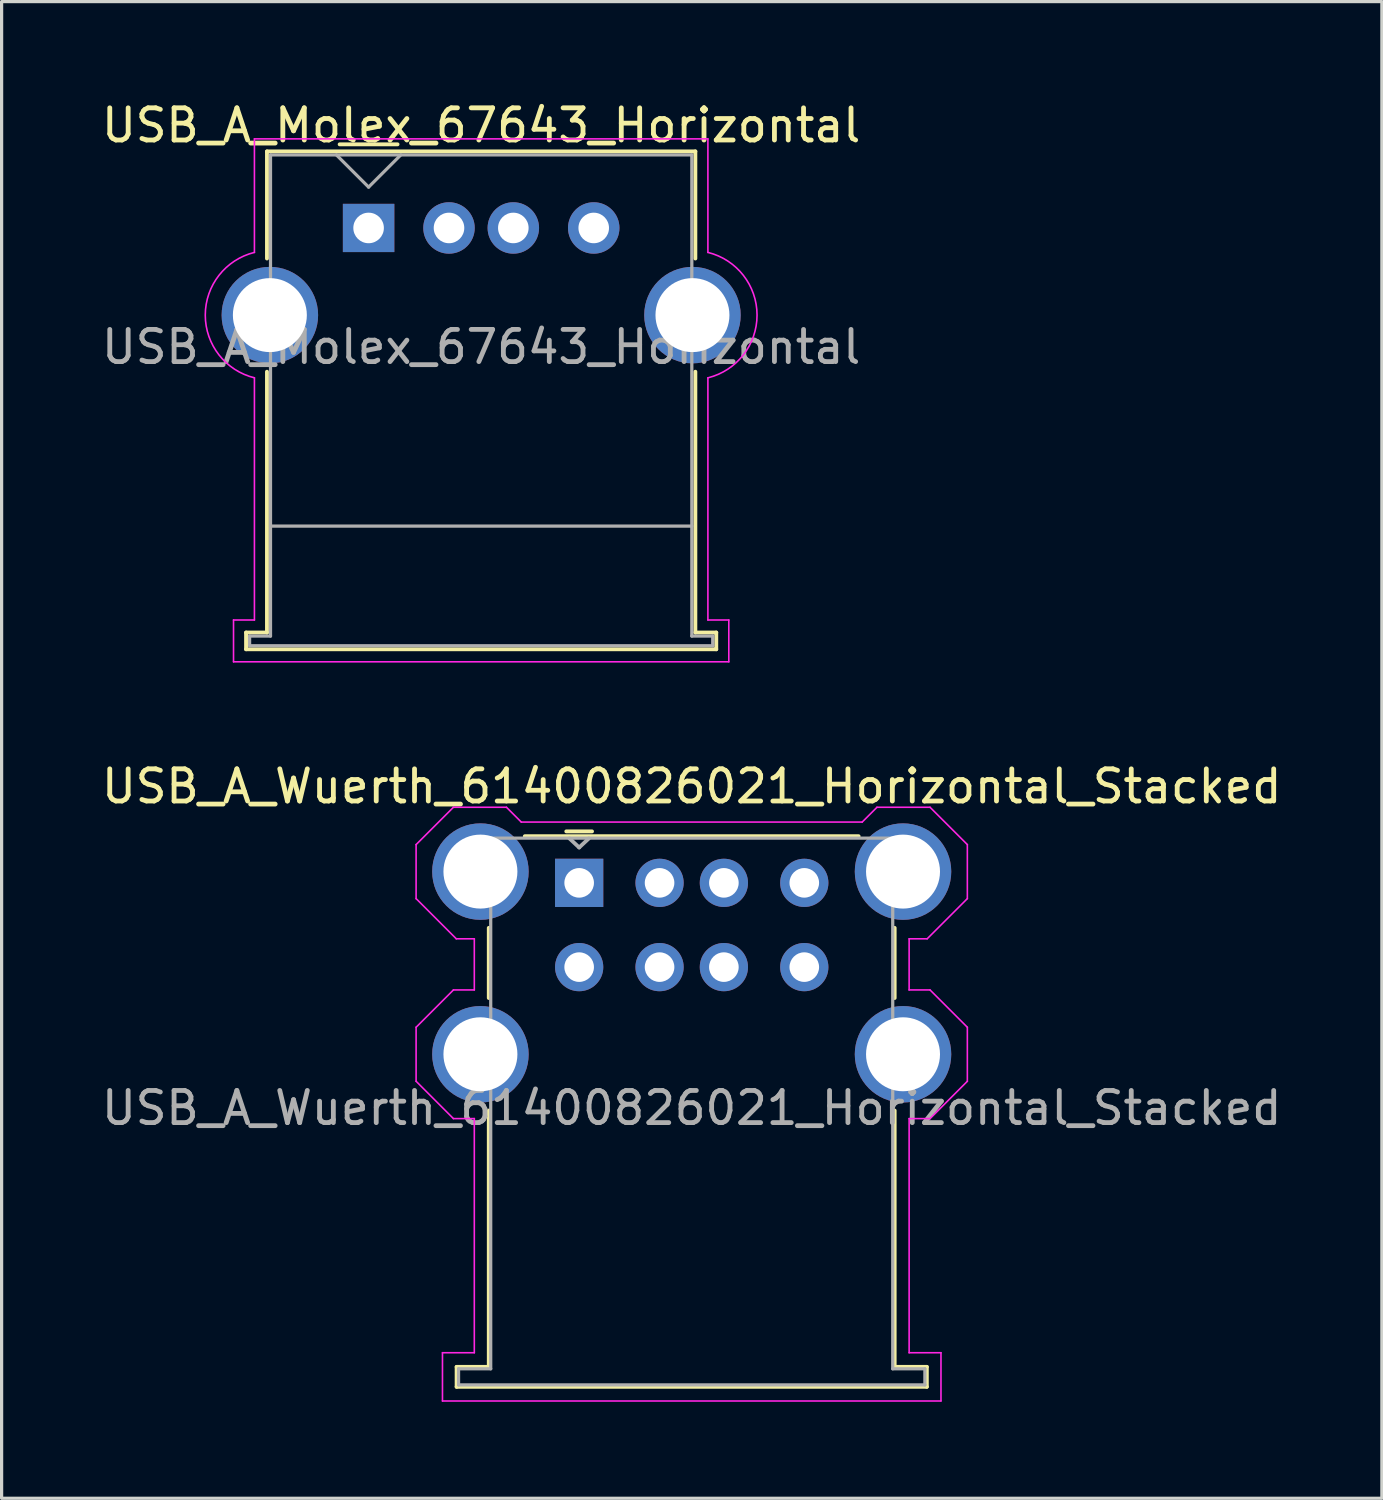
<source format=kicad_pcb>
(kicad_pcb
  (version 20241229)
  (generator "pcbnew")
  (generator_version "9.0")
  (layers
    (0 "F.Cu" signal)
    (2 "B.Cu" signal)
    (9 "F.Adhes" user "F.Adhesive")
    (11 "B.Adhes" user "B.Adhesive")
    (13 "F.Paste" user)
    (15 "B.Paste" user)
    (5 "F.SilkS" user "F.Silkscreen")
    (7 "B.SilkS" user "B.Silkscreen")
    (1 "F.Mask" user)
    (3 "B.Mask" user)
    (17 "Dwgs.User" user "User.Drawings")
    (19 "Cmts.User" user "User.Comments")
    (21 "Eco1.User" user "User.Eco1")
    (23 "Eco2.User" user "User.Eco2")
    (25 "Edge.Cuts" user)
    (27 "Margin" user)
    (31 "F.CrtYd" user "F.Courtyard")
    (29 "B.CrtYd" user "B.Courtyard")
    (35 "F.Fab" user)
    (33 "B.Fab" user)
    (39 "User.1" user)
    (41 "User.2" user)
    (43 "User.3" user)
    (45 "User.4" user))
  (footprint "USB_A_Wuerth_61400826021_Horizontal_Stacked"
    (layer "F.Cu")
    (at 14.958 24.401)
    (property "Reference" "USB_A_Wuerth_61400826021_Horizontal_Stacked" (at 3.5 -3 0) (layer "F.SilkS") (effects (font (size 1 1) (thickness 0.15))))
    (attr through_hole)
    (fp_line (start -3.81 15.05) (end -2.81 15.05) (stroke (width 0.12) (type solid)) (layer "F.SilkS"))
    (fp_line (start -3.81 15.67) (end -3.81 15.05) (stroke (width 0.12) (type solid)) (layer "F.SilkS"))
    (fp_line (start -2.81 3.58) (end -2.81 1.4) (stroke (width 0.12) (type solid)) (layer "F.SilkS"))
    (fp_line (start -2.81 15.05) (end -2.81 7.08) (stroke (width 0.12) (type solid)) (layer "F.SilkS"))
    (fp_line (start -1.69 -1.45) (end 8.69 -1.45) (stroke (width 0.12) (type solid)) (layer "F.SilkS"))
    (fp_line (start 0.4 -1.6) (end -0.4 -1.6) (stroke (width 0.12) (type solid)) (layer "F.SilkS"))
    (fp_line (start 9.81 3.58) (end 9.81 1.4) (stroke (width 0.12) (type solid)) (layer "F.SilkS"))
    (fp_line (start 9.81 7.08) (end 9.81 15.05) (stroke (width 0.12) (type solid)) (layer "F.SilkS"))
    (fp_line (start 9.81 15.05) (end 10.81 15.05) (stroke (width 0.12) (type solid)) (layer "F.SilkS"))
    (fp_line (start 10.81 15.05) (end 10.81 15.67) (stroke (width 0.12) (type solid)) (layer "F.SilkS"))
    (fp_line (start 10.81 15.67) (end -3.81 15.67) (stroke (width 0.12) (type solid)) (layer "F.SilkS"))
    (fp_line (start -5.07 -1.19) (end -5.07 0.49) (stroke (width 0.05) (type solid)) (layer "F.CrtYd"))
    (fp_line (start -5.07 0.49) (end -3.82 1.74) (stroke (width 0.05) (type solid)) (layer "F.CrtYd"))
    (fp_line (start -5.07 4.49) (end -5.07 6.17) (stroke (width 0.05) (type solid)) (layer "F.CrtYd"))
    (fp_line (start -5.07 6.17) (end -3.91 7.33) (stroke (width 0.05) (type solid)) (layer "F.CrtYd"))
    (fp_line (start -4.25 14.61) (end -4.25 16.11) (stroke (width 0.05) (type solid)) (layer "F.CrtYd"))
    (fp_line (start -4.25 16.11) (end 11.25 16.11) (stroke (width 0.05) (type solid)) (layer "F.CrtYd"))
    (fp_line (start -3.91 -2.35) (end -5.07 -1.19) (stroke (width 0.05) (type solid)) (layer "F.CrtYd"))
    (fp_line (start -3.91 3.33) (end -5.07 4.49) (stroke (width 0.05) (type solid)) (layer "F.CrtYd"))
    (fp_line (start -3.91 3.33) (end -3.26 3.33) (stroke (width 0.05) (type solid)) (layer "F.CrtYd"))
    (fp_line (start -3.82 1.74) (end -3.26 1.74) (stroke (width 0.05) (type solid)) (layer "F.CrtYd"))
    (fp_line (start -3.26 1.74) (end -3.26 3.33) (stroke (width 0.05) (type solid)) (layer "F.CrtYd"))
    (fp_line (start -3.26 7.33) (end -3.91 7.33) (stroke (width 0.05) (type solid)) (layer "F.CrtYd"))
    (fp_line (start -3.26 7.33) (end -3.26 14.61) (stroke (width 0.05) (type solid)) (layer "F.CrtYd"))
    (fp_line (start -3.26 14.61) (end -4.25 14.61) (stroke (width 0.05) (type solid)) (layer "F.CrtYd"))
    (fp_line (start -2.26 -2.35) (end -3.91 -2.35) (stroke (width 0.05) (type solid)) (layer "F.CrtYd"))
    (fp_line (start -2.26 -2.35) (end -1.8 -1.89) (stroke (width 0.05) (type solid)) (layer "F.CrtYd"))
    (fp_line (start 8.8 -1.89) (end -1.8 -1.89) (stroke (width 0.05) (type solid)) (layer "F.CrtYd"))
    (fp_line (start 9.26 -2.35) (end 8.8 -1.89) (stroke (width 0.05) (type solid)) (layer "F.CrtYd"))
    (fp_line (start 10.26 1.74) (end 10.26 3.33) (stroke (width 0.05) (type solid)) (layer "F.CrtYd"))
    (fp_line (start 10.26 1.74) (end 10.82 1.74) (stroke (width 0.05) (type solid)) (layer "F.CrtYd"))
    (fp_line (start 10.26 3.33) (end 10.91 3.33) (stroke (width 0.05) (type solid)) (layer "F.CrtYd"))
    (fp_line (start 10.26 7.33) (end 10.26 14.61) (stroke (width 0.05) (type solid)) (layer "F.CrtYd"))
    (fp_line (start 10.26 7.33) (end 10.91 7.33) (stroke (width 0.05) (type solid)) (layer "F.CrtYd"))
    (fp_line (start 10.26 14.61) (end 11.25 14.61) (stroke (width 0.05) (type solid)) (layer "F.CrtYd"))
    (fp_line (start 10.91 -2.35) (end 9.26 -2.35) (stroke (width 0.05) (type solid)) (layer "F.CrtYd"))
    (fp_line (start 10.91 -2.35) (end 12.07 -1.19) (stroke (width 0.05) (type solid)) (layer "F.CrtYd"))
    (fp_line (start 10.91 3.33) (end 12.07 4.49) (stroke (width 0.05) (type solid)) (layer "F.CrtYd"))
    (fp_line (start 11.25 14.61) (end 11.25 16.11) (stroke (width 0.05) (type solid)) (layer "F.CrtYd"))
    (fp_line (start 12.07 -1.19) (end 12.07 0.49) (stroke (width 0.05) (type solid)) (layer "F.CrtYd"))
    (fp_line (start 12.07 0.49) (end 10.82 1.74) (stroke (width 0.05) (type solid)) (layer "F.CrtYd"))
    (fp_line (start 12.07 4.49) (end 12.07 6.17) (stroke (width 0.05) (type solid)) (layer "F.CrtYd"))
    (fp_line (start 12.07 6.17) (end 10.91 7.33) (stroke (width 0.05) (type solid)) (layer "F.CrtYd"))
    (fp_line (start -3.75 15.11) (end -3.75 15.61) (stroke (width 0.1) (type solid)) (layer "F.Fab"))
    (fp_line (start -2.75 -1.39) (end -2.75 15.11) (stroke (width 0.1) (type solid)) (layer "F.Fab"))
    (fp_line (start -2.75 15.11) (end -3.75 15.11) (stroke (width 0.1) (type solid)) (layer "F.Fab"))
    (fp_line (start 0 -1.1) (end -0.3 -1.38) (stroke (width 0.12) (type solid)) (layer "F.Fab"))
    (fp_line (start 0 -1.1) (end 0.3 -1.38) (stroke (width 0.12) (type solid)) (layer "F.Fab"))
    (fp_line (start 9.75 -1.39) (end -2.75 -1.39) (stroke (width 0.1) (type solid)) (layer "F.Fab"))
    (fp_line (start 9.75 -1.39) (end 9.75 15.11) (stroke (width 0.1) (type solid)) (layer "F.Fab"))
    (fp_line (start 9.75 15.11) (end 10.75 15.11) (stroke (width 0.1) (type solid)) (layer "F.Fab"))
    (fp_line (start 10.75 15.11) (end 10.75 15.61) (stroke (width 0.1) (type solid)) (layer "F.Fab"))
    (fp_line (start 10.75 15.61) (end -3.75 15.61) (stroke (width 0.1) (type solid)) (layer "F.Fab"))
    (fp_text user "${REFERENCE}" (at 3.5 7 0) (layer "F.Fab") (effects (font (size 1 1) (thickness 0.15))))
    (pad "1" thru_hole rect (at 0 0) (size 1.5 1.5) (drill 0.92) (layers "*.Cu" "*.Mask"))
    (pad "2" thru_hole circle (at 2.5 0) (size 1.5 1.5) (drill 0.92) (layers "*.Cu" "*.Mask"))
    (pad "3" thru_hole circle (at 4.5 0) (size 1.5 1.5) (drill 0.92) (layers "*.Cu" "*.Mask"))
    (pad "4" thru_hole circle (at 7 0) (size 1.5 1.5) (drill 0.92) (layers "*.Cu" "*.Mask"))
    (pad "5" thru_hole circle (at 0 2.62) (size 1.5 1.5) (drill 0.92) (layers "*.Cu" "*.Mask"))
    (pad "6" thru_hole circle (at 2.5 2.62) (size 1.5 1.5) (drill 0.92) (layers "*.Cu" "*.Mask"))
    (pad "7" thru_hole circle (at 4.5 2.62) (size 1.5 1.5) (drill 0.92) (layers "*.Cu" "*.Mask"))
    (pad "8" thru_hole circle (at 7 2.62) (size 1.5 1.5) (drill 0.92) (layers "*.Cu" "*.Mask"))
    (pad "9" thru_hole circle (at -3.07 -0.35) (size 3 3) (drill 2.3) (layers "*.Cu" "*.Mask"))
    (pad "9" thru_hole circle (at -3.07 5.33) (size 3 3) (drill 2.3) (layers "*.Cu" "*.Mask"))
    (pad "9" thru_hole circle (at 10.07 -0.35) (size 3 3) (drill 2.3) (layers "*.Cu" "*.Mask"))
    (pad "9" thru_hole circle (at 10.07 5.33) (size 3 3) (drill 2.3) (layers "*.Cu" "*.Mask")))
  (footprint "USB_A_Molex_67643_Horizontal"
    (layer "F.Cu")
    (at 8.411 4.038)
    (property "Reference" "USB_A_Molex_67643_Horizontal" (at 3.5 -3.19 0) (layer "F.SilkS") (effects (font (size 1 1) (thickness 0.15))))
    (attr through_hole)
    (fp_line (start -3.81 12.58) (end -3.81 13.1) (stroke (width 0.12) (type solid)) (layer "F.SilkS"))
    (fp_line (start -3.81 13.1) (end 10.81 13.1) (stroke (width 0.12) (type solid)) (layer "F.SilkS"))
    (fp_line (start -3.16 -2.38) (end -3.16 0.95) (stroke (width 0.12) (type solid)) (layer "F.SilkS"))
    (fp_line (start -3.16 -2.38) (end 10.16 -2.38) (stroke (width 0.12) (type solid)) (layer "F.SilkS"))
    (fp_line (start -3.16 12.58) (end -3.81 12.58) (stroke (width 0.12) (type solid)) (layer "F.SilkS"))
    (fp_line (start -3.16 12.58) (end -3.16 4.47) (stroke (width 0.12) (type solid)) (layer "F.SilkS"))
    (fp_line (start -0.9 -2.6) (end 0.9 -2.6) (stroke (width 0.12) (type solid)) (layer "F.SilkS"))
    (fp_line (start 10.16 -2.38) (end 10.16 0.95) (stroke (width 0.12) (type solid)) (layer "F.SilkS"))
    (fp_line (start 10.16 4.47) (end 10.16 12.58) (stroke (width 0.12) (type solid)) (layer "F.SilkS"))
    (fp_line (start 10.81 12.58) (end 10.16 12.58) (stroke (width 0.12) (type solid)) (layer "F.SilkS"))
    (fp_line (start 10.81 13.1) (end 10.81 12.58) (stroke (width 0.12) (type solid)) (layer "F.SilkS"))
    (fp_line (start -4.2 12.19) (end -3.55 12.19) (stroke (width 0.05) (type solid)) (layer "F.CrtYd"))
    (fp_line (start -4.2 13.49) (end -4.2 12.19) (stroke (width 0.05) (type solid)) (layer "F.CrtYd"))
    (fp_line (start -4.2 13.49) (end 11.2 13.49) (stroke (width 0.05) (type solid)) (layer "F.CrtYd"))
    (fp_line (start -3.55 -2.77) (end -3.55 0.76) (stroke (width 0.05) (type solid)) (layer "F.CrtYd"))
    (fp_line (start -3.55 -2.77) (end 10.55 -2.77) (stroke (width 0.05) (type solid)) (layer "F.CrtYd"))
    (fp_line (start -3.55 12.19) (end -3.55 4.66) (stroke (width 0.05) (type solid)) (layer "F.CrtYd"))
    (fp_line (start 10.55 -2.77) (end 10.55 0.76) (stroke (width 0.05) (type solid)) (layer "F.CrtYd"))
    (fp_line (start 10.55 12.19) (end 10.55 4.66) (stroke (width 0.05) (type solid)) (layer "F.CrtYd"))
    (fp_line (start 11.2 12.19) (end 10.55 12.19) (stroke (width 0.05) (type solid)) (layer "F.CrtYd"))
    (fp_line (start 11.2 13.49) (end 11.2 12.19) (stroke (width 0.05) (type solid)) (layer "F.CrtYd"))
    (fp_arc (start -3.55 4.66) (mid -5.078208 2.71) (end -3.55 0.76) (stroke (width 0.05) (type solid)) (layer "F.CrtYd"))
    (fp_arc (start 10.55 0.76) (mid 12.078208 2.71) (end 10.55 4.66) (stroke (width 0.05) (type solid)) (layer "F.CrtYd"))
    (fp_line (start -3.7 12.69) (end -3.7 12.99) (stroke (width 0.1) (type solid)) (layer "F.Fab"))
    (fp_line (start -3.7 12.99) (end 10.7 12.99) (stroke (width 0.1) (type solid)) (layer "F.Fab"))
    (fp_line (start -3.05 -2.27) (end 10.05 -2.27) (stroke (width 0.1) (type solid)) (layer "F.Fab"))
    (fp_line (start -3.05 9.27) (end 10.05 9.27) (stroke (width 0.1) (type solid)) (layer "F.Fab"))
    (fp_line (start -3.05 12.69) (end -3.7 12.69) (stroke (width 0.1) (type solid)) (layer "F.Fab"))
    (fp_line (start -3.05 12.69) (end -3.05 -2.27) (stroke (width 0.1) (type solid)) (layer "F.Fab"))
    (fp_line (start -1 -2.27) (end 0 -1.27) (stroke (width 0.1) (type solid)) (layer "F.Fab"))
    (fp_line (start 0 -1.27) (end 1 -2.27) (stroke (width 0.1) (type solid)) (layer "F.Fab"))
    (fp_line (start 10.05 -2.27) (end 10.05 12.69) (stroke (width 0.1) (type solid)) (layer "F.Fab"))
    (fp_line (start 10.7 12.69) (end 10.05 12.69) (stroke (width 0.1) (type solid)) (layer "F.Fab"))
    (fp_line (start 10.7 12.99) (end 10.7 12.69) (stroke (width 0.1) (type solid)) (layer "F.Fab"))
    (fp_text user "${REFERENCE}" (at 3.5 3.7 0) (layer "F.Fab") (effects (font (size 1 1) (thickness 0.15))))
    (pad "1" thru_hole rect (at 0 0) (size 1.6 1.5) (drill 0.95) (layers "*.Cu" "*.Mask"))
    (pad "2" thru_hole circle (at 2.5 0) (size 1.6 1.6) (drill 0.95) (layers "*.Cu" "*.Mask"))
    (pad "3" thru_hole circle (at 4.5 0) (size 1.6 1.6) (drill 0.95) (layers "*.Cu" "*.Mask"))
    (pad "4" thru_hole circle (at 7 0) (size 1.6 1.6) (drill 0.95) (layers "*.Cu" "*.Mask"))
    (pad "5" thru_hole circle (at -3.07 2.71) (size 3 3) (drill 2.3) (layers "*.Cu" "*.Mask"))
    (pad "5" thru_hole circle (at 10.07 2.71) (size 3 3) (drill 2.3) (layers "*.Cu" "*.Mask")))
  (gr_rect
    (start -3 -3)
    (end 39.917 43.536)
    (stroke (width 0.1) (type default))
    (fill no)
    (layer "Edge.Cuts")))
</source>
